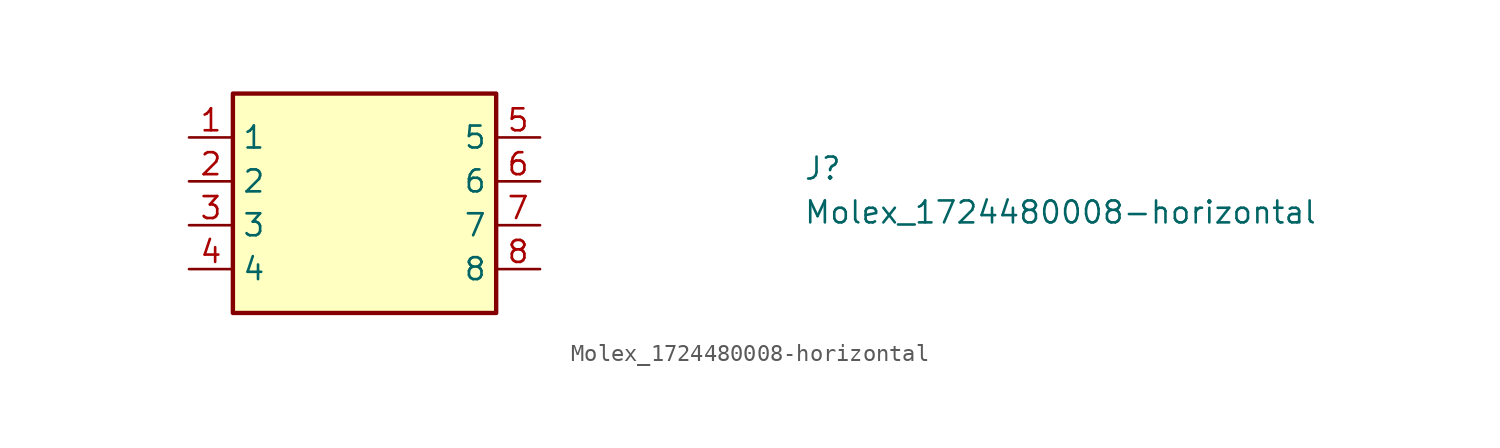
<source format=kicad_sym>
(kicad_symbol_lib
  (version 20211014)
  (generator kicad_symbol_editor)
  (symbol "Molex_1724480008-horizontal"
    (property "Reference" "J"
      (at 35.56 -2.54 0)
      (effects (font (size 1.27 1.27) (thickness 0.15)) (justify left bottom)))
    (property "Value" "Molex_1724480008-horizontal"
      (at 35.56 -5.08 0)
      (effects (font (size 1.27 1.27) (thickness 0.15)) (justify left bottom)))
    (symbol "Molex_1724480008-horizontal_1_1"
      (rectangle (start 2.54 -10.16) (end 17.78 2.54) (stroke (width 0.254) (type default) (color 0 0 0 0)) (fill (type background)))
      (pin passive line (at 0 0 0) (length 2.54) (name "1" (effects (font (size 1.27 1.27)))) (number "1" (effects (font (size 1.27 1.27)))))
      (pin passive line (at 0 -2.54 0) (length 2.54) (name "2" (effects (font (size 1.27 1.27)))) (number "2" (effects (font (size 1.27 1.27)))))
      (pin passive line (at 0 -5.08 0) (length 2.54) (name "3" (effects (font (size 1.27 1.27)))) (number "3" (effects (font (size 1.27 1.27)))))
      (pin passive line (at 0 -7.62 0) (length 2.54) (name "4" (effects (font (size 1.27 1.27)))) (number "4" (effects (font (size 1.27 1.27)))))
      (pin passive line (at 20.32 0 180) (length 2.54) (name "5" (effects (font (size 1.27 1.27)))) (number "5" (effects (font (size 1.27 1.27)))))
      (pin passive line (at 20.32 -2.54 180) (length 2.54) (name "6" (effects (font (size 1.27 1.27)))) (number "6" (effects (font (size 1.27 1.27)))))
      (pin passive line (at 20.32 -5.08 180) (length 2.54) (name "7" (effects (font (size 1.27 1.27)))) (number "7" (effects (font (size 1.27 1.27)))))
      (pin passive line (at 20.32 -7.62 180) (length 2.54) (name "8" (effects (font (size 1.27 1.27)))) (number "8" (effects (font (size 1.27 1.27))))))))
</source>
